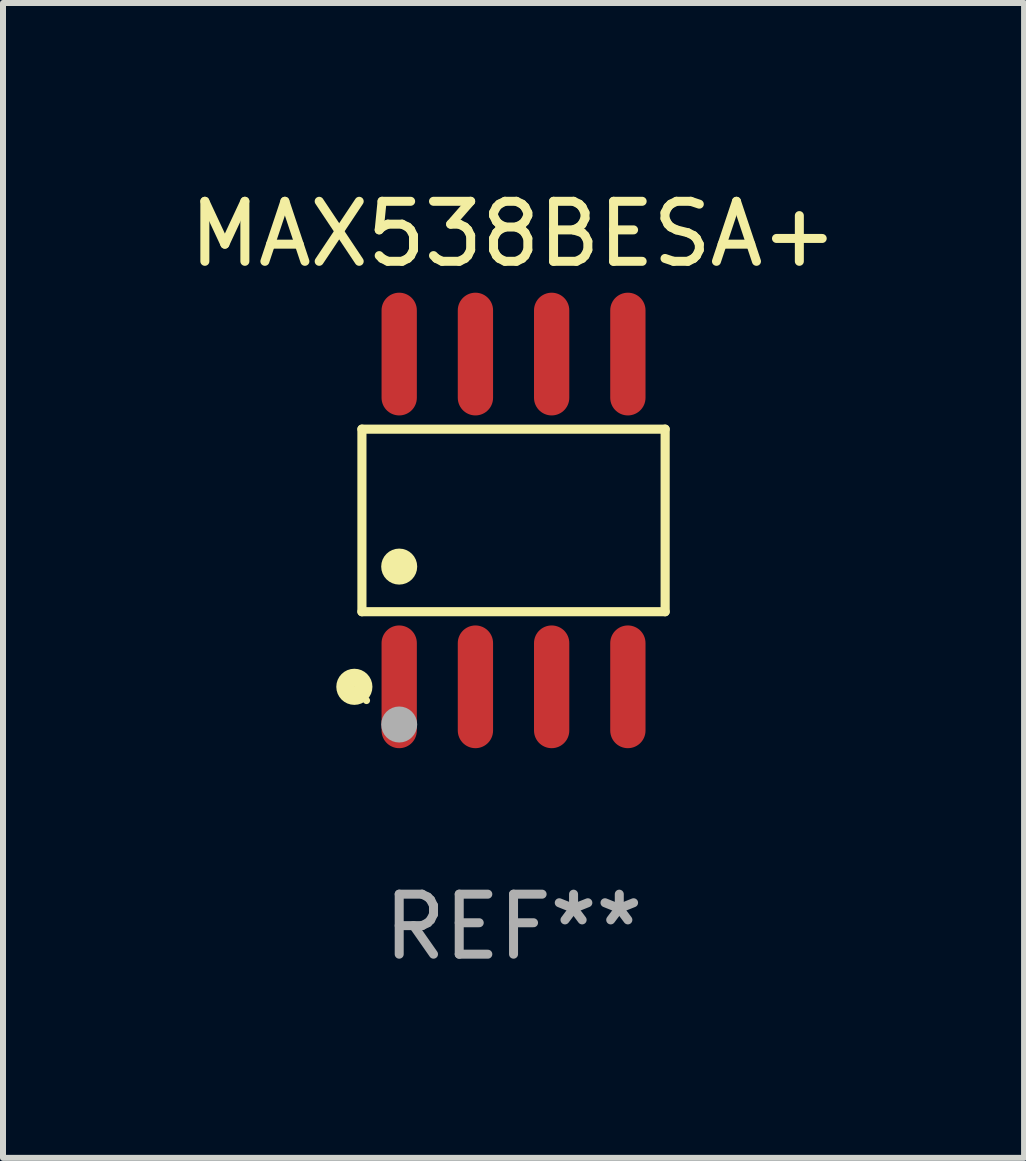
<source format=kicad_pcb>
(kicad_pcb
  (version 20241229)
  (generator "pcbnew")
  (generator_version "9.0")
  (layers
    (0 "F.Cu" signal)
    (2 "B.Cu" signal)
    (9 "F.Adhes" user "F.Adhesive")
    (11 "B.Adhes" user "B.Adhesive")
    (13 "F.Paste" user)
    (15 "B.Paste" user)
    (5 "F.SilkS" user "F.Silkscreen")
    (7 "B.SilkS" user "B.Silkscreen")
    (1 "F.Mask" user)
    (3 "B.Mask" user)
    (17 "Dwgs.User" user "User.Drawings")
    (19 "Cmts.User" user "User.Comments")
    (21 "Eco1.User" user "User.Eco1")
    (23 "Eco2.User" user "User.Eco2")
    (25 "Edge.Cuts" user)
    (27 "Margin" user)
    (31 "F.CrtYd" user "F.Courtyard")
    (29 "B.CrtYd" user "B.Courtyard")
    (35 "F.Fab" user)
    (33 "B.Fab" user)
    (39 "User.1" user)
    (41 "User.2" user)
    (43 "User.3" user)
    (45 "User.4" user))
  (footprint "MAX538BESA+"
    (layer "F.Cu")
    (at 5.506 5.621)
    (property "Reference" "MAX538BESA+" (at 0 -4.772 0) (layer "F.SilkS") (effects (font (size 1 1) (thickness 0.15))))
    (attr through_hole)
    (fp_line (start -2.526 -1.521) (end 2.526 -1.521) (stroke (width 0.152) (type solid)) (layer "F.SilkS"))
    (fp_line (start -2.526 1.521) (end -2.526 -1.521) (stroke (width 0.152) (type solid)) (layer "F.SilkS"))
    (fp_line (start 2.526 -1.521) (end 2.526 1.521) (stroke (width 0.152) (type solid)) (layer "F.SilkS"))
    (fp_line (start 2.526 1.521) (end -2.526 1.521) (stroke (width 0.152) (type solid)) (layer "F.SilkS"))
    (fp_circle (center -2.652 2.772) (end -2.501 2.772) (stroke (width 0.3) (type solid)) (fill no) (layer "F.SilkS"))
    (fp_circle (center -2.45 3) (end -2.42 3) (stroke (width 0.06) (type solid)) (fill no) (layer "F.SilkS"))
    (fp_circle (center -1.905 0.769) (end -1.755 0.769) (stroke (width 0.3) (type solid)) (fill no) (layer "F.SilkS"))
    (fp_circle (center -1.905 3.4) (end -1.755 3.4) (stroke (width 0.3) (type solid)) (fill no) (layer "F.Fab"))
    (fp_text user "REF**" (at 0 6.772 0) (layer "F.Fab") (effects (font (size 1 1) (thickness 0.15))))
    (pad "1" smd oval (at -1.905 2.772) (size 0.588 2.045) (layers "F.Cu" "F.Mask" "F.Paste"))
    (pad "2" smd oval (at -0.635 2.772) (size 0.588 2.045) (layers "F.Cu" "F.Mask" "F.Paste"))
    (pad "3" smd oval (at 0.635 2.772) (size 0.588 2.045) (layers "F.Cu" "F.Mask" "F.Paste"))
    (pad "4" smd oval (at 1.905 2.772) (size 0.588 2.045) (layers "F.Cu" "F.Mask" "F.Paste"))
    (pad "5" smd oval (at 1.905 -2.772) (size 0.588 2.045) (layers "F.Cu" "F.Mask" "F.Paste"))
    (pad "6" smd oval (at 0.635 -2.772) (size 0.588 2.045) (layers "F.Cu" "F.Mask" "F.Paste"))
    (pad "7" smd oval (at -0.635 -2.772) (size 0.588 2.045) (layers "F.Cu" "F.Mask" "F.Paste"))
    (pad "8" smd oval (at -1.905 -2.772) (size 0.588 2.045) (layers "F.Cu" "F.Mask" "F.Paste")))
  (gr_rect
    (start -3 -3)
    (end 14.012 16.241)
    (stroke (width 0.1) (type default))
    (fill no)
    (layer "Edge.Cuts")))
</source>
